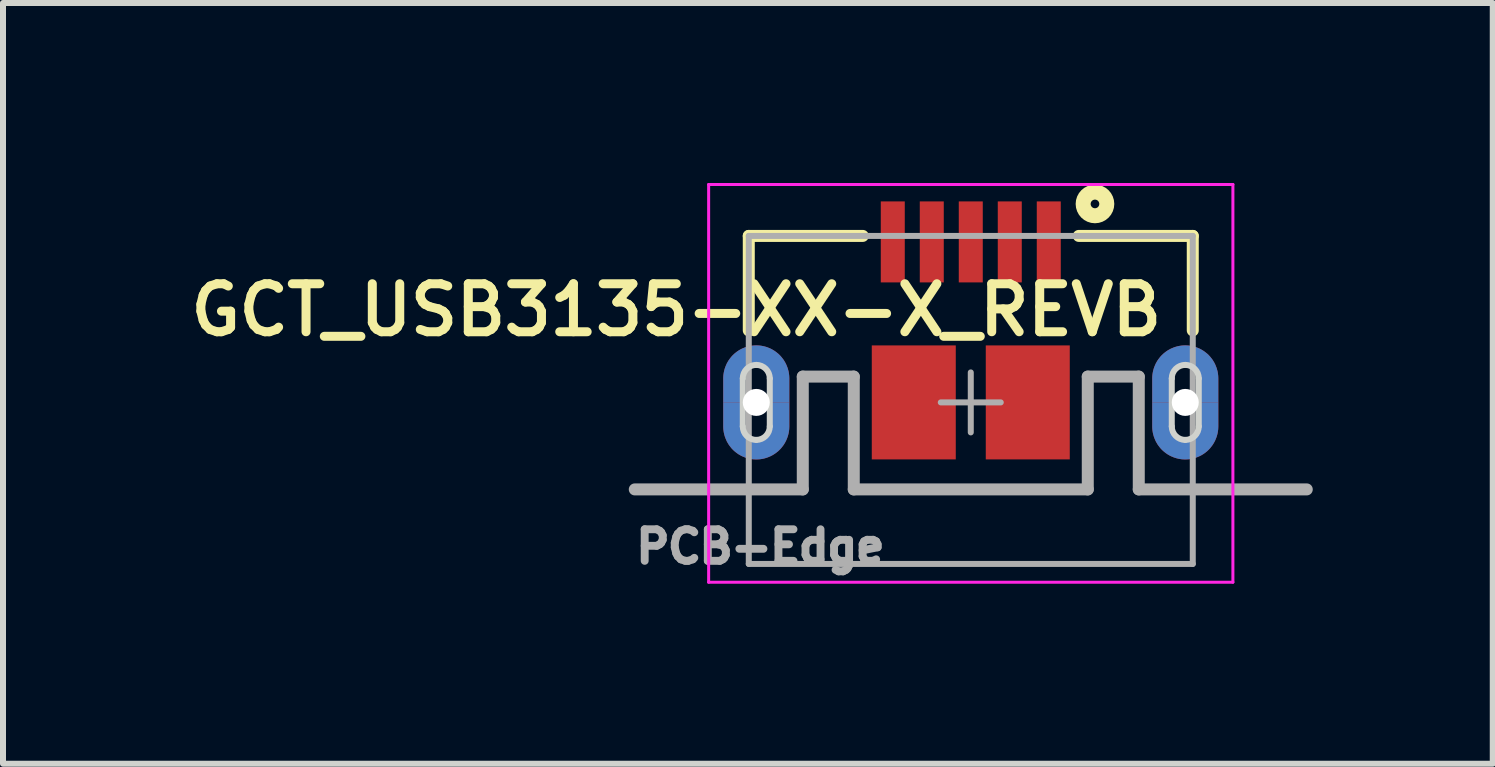
<source format=kicad_pcb>
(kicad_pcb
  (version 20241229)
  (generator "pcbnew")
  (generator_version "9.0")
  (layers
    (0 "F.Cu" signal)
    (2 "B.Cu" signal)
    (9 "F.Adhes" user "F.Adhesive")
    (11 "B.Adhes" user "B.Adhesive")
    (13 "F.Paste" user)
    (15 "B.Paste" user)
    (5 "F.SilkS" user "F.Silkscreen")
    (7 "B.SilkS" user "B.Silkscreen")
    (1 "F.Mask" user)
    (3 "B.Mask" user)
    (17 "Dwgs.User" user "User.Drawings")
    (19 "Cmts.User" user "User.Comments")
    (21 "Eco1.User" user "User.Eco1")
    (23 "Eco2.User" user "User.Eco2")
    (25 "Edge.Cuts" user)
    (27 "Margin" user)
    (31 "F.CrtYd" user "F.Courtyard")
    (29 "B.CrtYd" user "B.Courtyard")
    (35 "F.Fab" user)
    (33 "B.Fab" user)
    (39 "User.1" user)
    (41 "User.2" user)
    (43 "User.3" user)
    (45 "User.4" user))
  (footprint "GCT_USB3135-XX-X_REVB"
    (layer "F.Cu")
    (at 13.13 3.657)
    (property "Reference" "GCT_USB3135-XX-X_REVB" (at -4.908 -1.54 180) (layer "F.SilkS") (effects (font (size 0.8 0.8) (thickness 0.15))))
    (attr through_hole)
    (fp_poly (pts (xy -3.8 0) (xy -4.125 0) (xy -4.125 0.4) (xy -4.124 0.429) (xy -4.122 0.457) (xy -4.118 0.486) (xy -4.113 0.514) (xy -4.106 0.542) (xy -4.098 0.57) (xy -4.088 0.597) (xy -4.077 0.624) (xy -4.065 0.65) (xy -4.051 0.675) (xy -4.036 0.7) (xy -4.02 0.723) (xy -4.002 0.746) (xy -3.984 0.768) (xy -3.964 0.789) (xy -3.943 0.809) (xy -3.921 0.827) (xy -3.898 0.845) (xy -3.875 0.861) (xy -3.85 0.876) (xy -3.825 0.89) (xy -3.799 0.902) (xy -3.772 0.913) (xy -3.745 0.923) (xy -3.717 0.931) (xy -3.689 0.938) (xy -3.661 0.943) (xy -3.632 0.947) (xy -3.604 0.949) (xy -3.575 0.95) (xy -3.546 0.949) (xy -3.518 0.947) (xy -3.489 0.943) (xy -3.461 0.938) (xy -3.433 0.931) (xy -3.405 0.923) (xy -3.378 0.913) (xy -3.351 0.902) (xy -3.325 0.89) (xy -3.3 0.876) (xy -3.275 0.861) (xy -3.252 0.845) (xy -3.229 0.827) (xy -3.207 0.809) (xy -3.186 0.789) (xy -3.166 0.768) (xy -3.148 0.746) (xy -3.13 0.723) (xy -3.114 0.7) (xy -3.099 0.675) (xy -3.085 0.65) (xy -3.073 0.624) (xy -3.062 0.597) (xy -3.052 0.57) (xy -3.044 0.542) (xy -3.037 0.514) (xy -3.032 0.486) (xy -3.028 0.457) (xy -3.026 0.429) (xy -3.025 0.4) (xy -3.025 0) (xy -3.35 0) (xy -3.35 0.4) (xy -3.35 0.412) (xy -3.351 0.424) (xy -3.353 0.435) (xy -3.355 0.447) (xy -3.358 0.458) (xy -3.361 0.47) (xy -3.365 0.481) (xy -3.369 0.492) (xy -3.375 0.502) (xy -3.38 0.512) (xy -3.386 0.523) (xy -3.393 0.532) (xy -3.4 0.542) (xy -3.408 0.551) (xy -3.416 0.559) (xy -3.424 0.567) (xy -3.433 0.575) (xy -3.443 0.582) (xy -3.452 0.589) (xy -3.463 0.595) (xy -3.473 0.6) (xy -3.483 0.606) (xy -3.494 0.61) (xy -3.505 0.614) (xy -3.517 0.617) (xy -3.528 0.62) (xy -3.54 0.622) (xy -3.551 0.624) (xy -3.563 0.625) (xy -3.575 0.625) (xy -3.587 0.625) (xy -3.599 0.624) (xy -3.61 0.622) (xy -3.622 0.62) (xy -3.633 0.617) (xy -3.645 0.614) (xy -3.656 0.61) (xy -3.667 0.606) (xy -3.677 0.6) (xy -3.688 0.595) (xy -3.698 0.589) (xy -3.707 0.582) (xy -3.717 0.575) (xy -3.726 0.567) (xy -3.734 0.559) (xy -3.742 0.551) (xy -3.75 0.542) (xy -3.757 0.532) (xy -3.764 0.523) (xy -3.77 0.513) (xy -3.775 0.502) (xy -3.781 0.492) (xy -3.785 0.481) (xy -3.789 0.47) (xy -3.792 0.458) (xy -3.795 0.447) (xy -3.797 0.435) (xy -3.799 0.424) (xy -3.8 0.412) (xy -3.8 0.4) (xy -3.8 0)) (stroke (width 0.001) (type solid)) (fill yes) (layer "F.Cu"))
    (fp_poly (pts (xy 3.35 0) (xy 3.025 0) (xy 3.025 0.4) (xy 3.026 0.429) (xy 3.028 0.457) (xy 3.032 0.486) (xy 3.037 0.514) (xy 3.044 0.542) (xy 3.052 0.57) (xy 3.062 0.597) (xy 3.073 0.624) (xy 3.085 0.65) (xy 3.099 0.675) (xy 3.114 0.7) (xy 3.13 0.723) (xy 3.148 0.746) (xy 3.166 0.768) (xy 3.186 0.789) (xy 3.207 0.809) (xy 3.229 0.827) (xy 3.252 0.845) (xy 3.275 0.861) (xy 3.3 0.876) (xy 3.325 0.89) (xy 3.351 0.902) (xy 3.378 0.913) (xy 3.405 0.923) (xy 3.433 0.931) (xy 3.461 0.938) (xy 3.489 0.943) (xy 3.518 0.947) (xy 3.546 0.949) (xy 3.575 0.95) (xy 3.604 0.949) (xy 3.632 0.947) (xy 3.661 0.943) (xy 3.689 0.938) (xy 3.717 0.931) (xy 3.745 0.923) (xy 3.772 0.913) (xy 3.799 0.902) (xy 3.825 0.89) (xy 3.85 0.876) (xy 3.875 0.861) (xy 3.898 0.845) (xy 3.921 0.827) (xy 3.943 0.809) (xy 3.964 0.789) (xy 3.984 0.768) (xy 4.002 0.746) (xy 4.02 0.723) (xy 4.036 0.7) (xy 4.051 0.675) (xy 4.065 0.65) (xy 4.077 0.624) (xy 4.088 0.597) (xy 4.098 0.57) (xy 4.106 0.542) (xy 4.113 0.514) (xy 4.118 0.486) (xy 4.122 0.457) (xy 4.124 0.429) (xy 4.125 0.4) (xy 4.125 0) (xy 3.8 0) (xy 3.8 0.4) (xy 3.8 0.412) (xy 3.799 0.424) (xy 3.797 0.435) (xy 3.795 0.447) (xy 3.792 0.458) (xy 3.789 0.47) (xy 3.785 0.481) (xy 3.781 0.492) (xy 3.775 0.502) (xy 3.77 0.513) (xy 3.764 0.523) (xy 3.757 0.532) (xy 3.75 0.542) (xy 3.742 0.551) (xy 3.734 0.559) (xy 3.726 0.567) (xy 3.717 0.575) (xy 3.707 0.582) (xy 3.698 0.589) (xy 3.688 0.595) (xy 3.677 0.6) (xy 3.667 0.606) (xy 3.656 0.61) (xy 3.645 0.614) (xy 3.633 0.617) (xy 3.622 0.62) (xy 3.61 0.622) (xy 3.599 0.624) (xy 3.587 0.625) (xy 3.575 0.625) (xy 3.563 0.625) (xy 3.551 0.624) (xy 3.54 0.622) (xy 3.528 0.62) (xy 3.517 0.617) (xy 3.505 0.614) (xy 3.494 0.61) (xy 3.483 0.606) (xy 3.473 0.6) (xy 3.463 0.595) (xy 3.452 0.589) (xy 3.443 0.582) (xy 3.433 0.575) (xy 3.424 0.567) (xy 3.416 0.559) (xy 3.408 0.551) (xy 3.4 0.542) (xy 3.393 0.532) (xy 3.386 0.523) (xy 3.38 0.512) (xy 3.375 0.502) (xy 3.369 0.492) (xy 3.365 0.481) (xy 3.361 0.47) (xy 3.358 0.458) (xy 3.355 0.447) (xy 3.353 0.435) (xy 3.351 0.424) (xy 3.35 0.412) (xy 3.35 0.4) (xy 3.35 0)) (stroke (width 0.001) (type solid)) (fill yes) (layer "F.Cu"))
    (fp_poly (pts (xy -4.229 -1.05) (xy -2.925 -1.05) (xy -2.925 1.051) (xy -4.229 1.051)) (stroke (width 0.01) (type solid)) (fill yes) (layer "F.Mask"))
    (fp_poly (pts (xy 2.93 -1.05) (xy 4.225 -1.05) (xy 4.225 1.052) (xy 2.93 1.052)) (stroke (width 0.01) (type solid)) (fill yes) (layer "F.Mask"))
    (fp_poly (pts (xy -3.8 0) (xy -4.125 0) (xy -4.125 0.4) (xy -4.124 0.429) (xy -4.122 0.457) (xy -4.118 0.486) (xy -4.113 0.514) (xy -4.106 0.542) (xy -4.098 0.57) (xy -4.088 0.597) (xy -4.077 0.624) (xy -4.065 0.65) (xy -4.051 0.675) (xy -4.036 0.7) (xy -4.02 0.723) (xy -4.002 0.746) (xy -3.984 0.768) (xy -3.964 0.789) (xy -3.943 0.809) (xy -3.921 0.827) (xy -3.898 0.845) (xy -3.875 0.861) (xy -3.85 0.876) (xy -3.825 0.89) (xy -3.799 0.902) (xy -3.772 0.913) (xy -3.745 0.923) (xy -3.717 0.931) (xy -3.689 0.938) (xy -3.661 0.943) (xy -3.632 0.947) (xy -3.604 0.949) (xy -3.575 0.95) (xy -3.546 0.949) (xy -3.518 0.947) (xy -3.489 0.943) (xy -3.461 0.938) (xy -3.433 0.931) (xy -3.405 0.923) (xy -3.378 0.913) (xy -3.351 0.902) (xy -3.325 0.89) (xy -3.3 0.876) (xy -3.275 0.861) (xy -3.252 0.845) (xy -3.229 0.827) (xy -3.207 0.809) (xy -3.186 0.789) (xy -3.166 0.768) (xy -3.148 0.746) (xy -3.13 0.723) (xy -3.114 0.7) (xy -3.099 0.675) (xy -3.085 0.65) (xy -3.073 0.624) (xy -3.062 0.597) (xy -3.052 0.57) (xy -3.044 0.542) (xy -3.037 0.514) (xy -3.032 0.486) (xy -3.028 0.457) (xy -3.026 0.429) (xy -3.025 0.4) (xy -3.025 0) (xy -3.35 0) (xy -3.35 0.4) (xy -3.35 0.412) (xy -3.351 0.424) (xy -3.353 0.435) (xy -3.355 0.447) (xy -3.358 0.458) (xy -3.361 0.47) (xy -3.365 0.481) (xy -3.369 0.492) (xy -3.375 0.502) (xy -3.38 0.512) (xy -3.386 0.523) (xy -3.393 0.532) (xy -3.4 0.542) (xy -3.408 0.551) (xy -3.416 0.559) (xy -3.424 0.567) (xy -3.433 0.575) (xy -3.443 0.582) (xy -3.452 0.589) (xy -3.463 0.595) (xy -3.473 0.6) (xy -3.483 0.606) (xy -3.494 0.61) (xy -3.505 0.614) (xy -3.517 0.617) (xy -3.528 0.62) (xy -3.54 0.622) (xy -3.551 0.624) (xy -3.563 0.625) (xy -3.575 0.625) (xy -3.587 0.625) (xy -3.599 0.624) (xy -3.61 0.622) (xy -3.622 0.62) (xy -3.633 0.617) (xy -3.645 0.614) (xy -3.656 0.61) (xy -3.667 0.606) (xy -3.677 0.6) (xy -3.688 0.595) (xy -3.698 0.589) (xy -3.707 0.582) (xy -3.717 0.575) (xy -3.726 0.567) (xy -3.734 0.559) (xy -3.742 0.551) (xy -3.75 0.542) (xy -3.757 0.532) (xy -3.764 0.523) (xy -3.77 0.513) (xy -3.775 0.502) (xy -3.781 0.492) (xy -3.785 0.481) (xy -3.789 0.47) (xy -3.792 0.458) (xy -3.795 0.447) (xy -3.797 0.435) (xy -3.799 0.424) (xy -3.8 0.412) (xy -3.8 0.4) (xy -3.8 0)) (stroke (width 0.001) (type solid)) (fill yes) (layer "B.Cu"))
    (fp_poly (pts (xy -3.35 0) (xy -3.025 0) (xy -3.025 -0.4) (xy -3.026 -0.429) (xy -3.028 -0.457) (xy -3.032 -0.486) (xy -3.037 -0.514) (xy -3.044 -0.542) (xy -3.052 -0.57) (xy -3.062 -0.597) (xy -3.073 -0.624) (xy -3.085 -0.65) (xy -3.099 -0.675) (xy -3.114 -0.7) (xy -3.13 -0.723) (xy -3.148 -0.746) (xy -3.166 -0.768) (xy -3.186 -0.789) (xy -3.207 -0.809) (xy -3.229 -0.827) (xy -3.252 -0.845) (xy -3.275 -0.861) (xy -3.3 -0.876) (xy -3.325 -0.89) (xy -3.351 -0.902) (xy -3.378 -0.913) (xy -3.405 -0.923) (xy -3.433 -0.931) (xy -3.461 -0.938) (xy -3.489 -0.943) (xy -3.518 -0.947) (xy -3.546 -0.949) (xy -3.575 -0.95) (xy -3.604 -0.949) (xy -3.632 -0.947) (xy -3.661 -0.943) (xy -3.689 -0.938) (xy -3.717 -0.931) (xy -3.745 -0.923) (xy -3.772 -0.913) (xy -3.799 -0.902) (xy -3.825 -0.89) (xy -3.85 -0.876) (xy -3.875 -0.861) (xy -3.898 -0.845) (xy -3.921 -0.827) (xy -3.943 -0.809) (xy -3.964 -0.789) (xy -3.984 -0.768) (xy -4.002 -0.746) (xy -4.02 -0.723) (xy -4.036 -0.7) (xy -4.051 -0.675) (xy -4.065 -0.65) (xy -4.077 -0.624) (xy -4.088 -0.597) (xy -4.098 -0.57) (xy -4.106 -0.542) (xy -4.113 -0.514) (xy -4.118 -0.486) (xy -4.122 -0.457) (xy -4.124 -0.429) (xy -4.125 -0.4) (xy -4.125 0) (xy -3.8 0) (xy -3.8 -0.4) (xy -3.8 -0.412) (xy -3.799 -0.424) (xy -3.797 -0.435) (xy -3.795 -0.447) (xy -3.792 -0.458) (xy -3.789 -0.47) (xy -3.785 -0.481) (xy -3.781 -0.492) (xy -3.775 -0.502) (xy -3.77 -0.513) (xy -3.764 -0.523) (xy -3.757 -0.532) (xy -3.75 -0.542) (xy -3.742 -0.551) (xy -3.734 -0.559) (xy -3.726 -0.567) (xy -3.717 -0.575) (xy -3.707 -0.582) (xy -3.698 -0.589) (xy -3.688 -0.595) (xy -3.677 -0.6) (xy -3.667 -0.606) (xy -3.656 -0.61) (xy -3.645 -0.614) (xy -3.633 -0.617) (xy -3.622 -0.62) (xy -3.61 -0.622) (xy -3.599 -0.624) (xy -3.587 -0.625) (xy -3.575 -0.625) (xy -3.563 -0.625) (xy -3.551 -0.624) (xy -3.54 -0.622) (xy -3.528 -0.62) (xy -3.517 -0.617) (xy -3.505 -0.614) (xy -3.494 -0.61) (xy -3.483 -0.606) (xy -3.473 -0.6) (xy -3.463 -0.595) (xy -3.452 -0.589) (xy -3.443 -0.582) (xy -3.433 -0.575) (xy -3.424 -0.567) (xy -3.416 -0.559) (xy -3.408 -0.551) (xy -3.4 -0.542) (xy -3.393 -0.532) (xy -3.386 -0.523) (xy -3.38 -0.512) (xy -3.375 -0.502) (xy -3.369 -0.492) (xy -3.365 -0.481) (xy -3.361 -0.47) (xy -3.358 -0.458) (xy -3.355 -0.447) (xy -3.353 -0.435) (xy -3.351 -0.424) (xy -3.35 -0.412) (xy -3.35 -0.4) (xy -3.35 0)) (stroke (width 0.001) (type solid)) (fill yes) (layer "B.Cu"))
    (fp_poly (pts (xy 3.35 0) (xy 3.025 0) (xy 3.025 0.4) (xy 3.026 0.429) (xy 3.028 0.457) (xy 3.032 0.486) (xy 3.037 0.514) (xy 3.044 0.542) (xy 3.052 0.57) (xy 3.062 0.597) (xy 3.073 0.624) (xy 3.085 0.65) (xy 3.099 0.675) (xy 3.114 0.7) (xy 3.13 0.723) (xy 3.148 0.746) (xy 3.166 0.768) (xy 3.186 0.789) (xy 3.207 0.809) (xy 3.229 0.827) (xy 3.252 0.845) (xy 3.275 0.861) (xy 3.3 0.876) (xy 3.325 0.89) (xy 3.351 0.902) (xy 3.378 0.913) (xy 3.405 0.923) (xy 3.433 0.931) (xy 3.461 0.938) (xy 3.489 0.943) (xy 3.518 0.947) (xy 3.546 0.949) (xy 3.575 0.95) (xy 3.604 0.949) (xy 3.632 0.947) (xy 3.661 0.943) (xy 3.689 0.938) (xy 3.717 0.931) (xy 3.745 0.923) (xy 3.772 0.913) (xy 3.799 0.902) (xy 3.825 0.89) (xy 3.85 0.876) (xy 3.875 0.861) (xy 3.898 0.845) (xy 3.921 0.827) (xy 3.943 0.809) (xy 3.964 0.789) (xy 3.984 0.768) (xy 4.002 0.746) (xy 4.02 0.723) (xy 4.036 0.7) (xy 4.051 0.675) (xy 4.065 0.65) (xy 4.077 0.624) (xy 4.088 0.597) (xy 4.098 0.57) (xy 4.106 0.542) (xy 4.113 0.514) (xy 4.118 0.486) (xy 4.122 0.457) (xy 4.124 0.429) (xy 4.125 0.4) (xy 4.125 0) (xy 3.8 0) (xy 3.8 0.4) (xy 3.8 0.412) (xy 3.799 0.424) (xy 3.797 0.435) (xy 3.795 0.447) (xy 3.792 0.458) (xy 3.789 0.47) (xy 3.785 0.481) (xy 3.781 0.492) (xy 3.775 0.502) (xy 3.77 0.513) (xy 3.764 0.523) (xy 3.757 0.532) (xy 3.75 0.542) (xy 3.742 0.551) (xy 3.734 0.559) (xy 3.726 0.567) (xy 3.717 0.575) (xy 3.707 0.582) (xy 3.698 0.589) (xy 3.688 0.595) (xy 3.677 0.6) (xy 3.667 0.606) (xy 3.656 0.61) (xy 3.645 0.614) (xy 3.633 0.617) (xy 3.622 0.62) (xy 3.61 0.622) (xy 3.599 0.624) (xy 3.587 0.625) (xy 3.575 0.625) (xy 3.563 0.625) (xy 3.551 0.624) (xy 3.54 0.622) (xy 3.528 0.62) (xy 3.517 0.617) (xy 3.505 0.614) (xy 3.494 0.61) (xy 3.483 0.606) (xy 3.473 0.6) (xy 3.463 0.595) (xy 3.452 0.589) (xy 3.443 0.582) (xy 3.433 0.575) (xy 3.424 0.567) (xy 3.416 0.559) (xy 3.408 0.551) (xy 3.4 0.542) (xy 3.393 0.532) (xy 3.386 0.523) (xy 3.38 0.512) (xy 3.375 0.502) (xy 3.369 0.492) (xy 3.365 0.481) (xy 3.361 0.47) (xy 3.358 0.458) (xy 3.355 0.447) (xy 3.353 0.435) (xy 3.351 0.424) (xy 3.35 0.412) (xy 3.35 0.4) (xy 3.35 0)) (stroke (width 0.001) (type solid)) (fill yes) (layer "B.Cu"))
    (fp_poly (pts (xy 3.8 0) (xy 4.125 0) (xy 4.125 -0.4) (xy 4.124 -0.429) (xy 4.122 -0.457) (xy 4.118 -0.486) (xy 4.113 -0.514) (xy 4.106 -0.542) (xy 4.098 -0.57) (xy 4.088 -0.597) (xy 4.077 -0.624) (xy 4.065 -0.65) (xy 4.051 -0.675) (xy 4.036 -0.7) (xy 4.02 -0.723) (xy 4.002 -0.746) (xy 3.984 -0.768) (xy 3.964 -0.789) (xy 3.943 -0.809) (xy 3.921 -0.827) (xy 3.898 -0.845) (xy 3.875 -0.861) (xy 3.85 -0.876) (xy 3.825 -0.89) (xy 3.799 -0.902) (xy 3.772 -0.913) (xy 3.745 -0.923) (xy 3.717 -0.931) (xy 3.689 -0.938) (xy 3.661 -0.943) (xy 3.632 -0.947) (xy 3.604 -0.949) (xy 3.575 -0.95) (xy 3.546 -0.949) (xy 3.518 -0.947) (xy 3.489 -0.943) (xy 3.461 -0.938) (xy 3.433 -0.931) (xy 3.405 -0.923) (xy 3.378 -0.913) (xy 3.351 -0.902) (xy 3.325 -0.89) (xy 3.3 -0.876) (xy 3.275 -0.861) (xy 3.252 -0.845) (xy 3.229 -0.827) (xy 3.207 -0.809) (xy 3.186 -0.789) (xy 3.166 -0.768) (xy 3.148 -0.746) (xy 3.13 -0.723) (xy 3.114 -0.7) (xy 3.099 -0.675) (xy 3.085 -0.65) (xy 3.073 -0.624) (xy 3.062 -0.597) (xy 3.052 -0.57) (xy 3.044 -0.542) (xy 3.037 -0.514) (xy 3.032 -0.486) (xy 3.028 -0.457) (xy 3.026 -0.429) (xy 3.025 -0.4) (xy 3.025 0) (xy 3.35 0) (xy 3.35 -0.4) (xy 3.35 -0.412) (xy 3.351 -0.424) (xy 3.353 -0.435) (xy 3.355 -0.447) (xy 3.358 -0.458) (xy 3.361 -0.47) (xy 3.365 -0.481) (xy 3.369 -0.492) (xy 3.375 -0.502) (xy 3.38 -0.512) (xy 3.386 -0.523) (xy 3.393 -0.532) (xy 3.4 -0.542) (xy 3.408 -0.551) (xy 3.416 -0.559) (xy 3.424 -0.567) (xy 3.433 -0.575) (xy 3.443 -0.582) (xy 3.452 -0.589) (xy 3.463 -0.595) (xy 3.473 -0.6) (xy 3.483 -0.606) (xy 3.494 -0.61) (xy 3.505 -0.614) (xy 3.517 -0.617) (xy 3.528 -0.62) (xy 3.54 -0.622) (xy 3.551 -0.624) (xy 3.563 -0.625) (xy 3.575 -0.625) (xy 3.587 -0.625) (xy 3.599 -0.624) (xy 3.61 -0.622) (xy 3.622 -0.62) (xy 3.633 -0.617) (xy 3.645 -0.614) (xy 3.656 -0.61) (xy 3.667 -0.606) (xy 3.677 -0.6) (xy 3.688 -0.595) (xy 3.698 -0.589) (xy 3.707 -0.582) (xy 3.717 -0.575) (xy 3.726 -0.567) (xy 3.734 -0.559) (xy 3.742 -0.551) (xy 3.75 -0.542) (xy 3.757 -0.532) (xy 3.764 -0.523) (xy 3.77 -0.513) (xy 3.775 -0.502) (xy 3.781 -0.492) (xy 3.785 -0.481) (xy 3.789 -0.47) (xy 3.792 -0.458) (xy 3.795 -0.447) (xy 3.797 -0.435) (xy 3.799 -0.424) (xy 3.8 -0.412) (xy 3.8 -0.4) (xy 3.8 0)) (stroke (width 0.001) (type solid)) (fill yes) (layer "B.Cu"))
    (fp_poly (pts (xy -4.231 -1.05) (xy -2.925 -1.05) (xy -2.925 1.052) (xy -4.231 1.052)) (stroke (width 0.01) (type solid)) (fill yes) (layer "B.Mask"))
    (fp_poly (pts (xy 2.926 -1.05) (xy 4.225 -1.05) (xy 4.225 1.05) (xy 2.926 1.05)) (stroke (width 0.01) (type solid)) (fill yes) (layer "B.Mask"))
    (fp_line (start -3.7 -2.775) (end -1.8 -2.775) (stroke (width 0.2) (type solid)) (layer "F.SilkS"))
    (fp_line (start -3.7 -1.2) (end -3.7 -2.775) (stroke (width 0.2) (type solid)) (layer "F.SilkS"))
    (fp_line (start 1.8 -2.775) (end 3.7 -2.775) (stroke (width 0.2) (type solid)) (layer "F.SilkS"))
    (fp_line (start 3.7 -1.2) (end 3.7 -2.775) (stroke (width 0.2) (type solid)) (layer "F.SilkS"))
    (fp_circle (center 2.07 -3.308) (end 2.142 -3.308) (stroke (width 0.25) (type solid)) (fill no) (layer "F.SilkS"))
    (fp_poly (pts (xy -3.8 0) (xy -4.125 0) (xy -4.125 0.4) (xy -4.124 0.429) (xy -4.122 0.457) (xy -4.118 0.486) (xy -4.113 0.514) (xy -4.106 0.542) (xy -4.098 0.57) (xy -4.088 0.597) (xy -4.077 0.624) (xy -4.065 0.65) (xy -4.051 0.675) (xy -4.036 0.7) (xy -4.02 0.723) (xy -4.002 0.746) (xy -3.984 0.768) (xy -3.964 0.789) (xy -3.943 0.809) (xy -3.921 0.827) (xy -3.898 0.845) (xy -3.875 0.861) (xy -3.85 0.876) (xy -3.825 0.89) (xy -3.799 0.902) (xy -3.772 0.913) (xy -3.745 0.923) (xy -3.717 0.931) (xy -3.689 0.938) (xy -3.661 0.943) (xy -3.632 0.947) (xy -3.604 0.949) (xy -3.575 0.95) (xy -3.546 0.949) (xy -3.518 0.947) (xy -3.489 0.943) (xy -3.461 0.938) (xy -3.433 0.931) (xy -3.405 0.923) (xy -3.378 0.913) (xy -3.351 0.902) (xy -3.325 0.89) (xy -3.3 0.876) (xy -3.275 0.861) (xy -3.252 0.845) (xy -3.229 0.827) (xy -3.207 0.809) (xy -3.186 0.789) (xy -3.166 0.768) (xy -3.148 0.746) (xy -3.13 0.723) (xy -3.114 0.7) (xy -3.099 0.675) (xy -3.085 0.65) (xy -3.073 0.624) (xy -3.062 0.597) (xy -3.052 0.57) (xy -3.044 0.542) (xy -3.037 0.514) (xy -3.032 0.486) (xy -3.028 0.457) (xy -3.026 0.429) (xy -3.025 0.4) (xy -3.025 0) (xy -3.35 0) (xy -3.35 0.4) (xy -3.35 0.412) (xy -3.351 0.424) (xy -3.353 0.435) (xy -3.355 0.447) (xy -3.358 0.458) (xy -3.361 0.47) (xy -3.365 0.481) (xy -3.369 0.492) (xy -3.375 0.502) (xy -3.38 0.512) (xy -3.386 0.523) (xy -3.393 0.532) (xy -3.4 0.542) (xy -3.408 0.551) (xy -3.416 0.559) (xy -3.424 0.567) (xy -3.433 0.575) (xy -3.443 0.582) (xy -3.452 0.589) (xy -3.463 0.595) (xy -3.473 0.6) (xy -3.483 0.606) (xy -3.494 0.61) (xy -3.505 0.614) (xy -3.517 0.617) (xy -3.528 0.62) (xy -3.54 0.622) (xy -3.551 0.624) (xy -3.563 0.625) (xy -3.575 0.625) (xy -3.587 0.625) (xy -3.599 0.624) (xy -3.61 0.622) (xy -3.622 0.62) (xy -3.633 0.617) (xy -3.645 0.614) (xy -3.656 0.61) (xy -3.667 0.606) (xy -3.677 0.6) (xy -3.688 0.595) (xy -3.698 0.589) (xy -3.707 0.582) (xy -3.717 0.575) (xy -3.726 0.567) (xy -3.734 0.559) (xy -3.742 0.551) (xy -3.75 0.542) (xy -3.757 0.532) (xy -3.764 0.523) (xy -3.77 0.513) (xy -3.775 0.502) (xy -3.781 0.492) (xy -3.785 0.481) (xy -3.789 0.47) (xy -3.792 0.458) (xy -3.795 0.447) (xy -3.797 0.435) (xy -3.799 0.424) (xy -3.8 0.412) (xy -3.8 0.4) (xy -3.8 0)) (stroke (width 0.001) (type solid)) (fill yes) (layer "F.Paste"))
    (fp_poly (pts (xy -3.35 0) (xy -3.025 0) (xy -3.025 -0.4) (xy -3.026 -0.429) (xy -3.028 -0.457) (xy -3.032 -0.486) (xy -3.037 -0.514) (xy -3.044 -0.542) (xy -3.052 -0.57) (xy -3.062 -0.597) (xy -3.073 -0.624) (xy -3.085 -0.65) (xy -3.099 -0.675) (xy -3.114 -0.7) (xy -3.13 -0.723) (xy -3.148 -0.746) (xy -3.166 -0.768) (xy -3.186 -0.789) (xy -3.207 -0.809) (xy -3.229 -0.827) (xy -3.252 -0.845) (xy -3.275 -0.861) (xy -3.3 -0.876) (xy -3.325 -0.89) (xy -3.351 -0.902) (xy -3.378 -0.913) (xy -3.405 -0.923) (xy -3.433 -0.931) (xy -3.461 -0.938) (xy -3.489 -0.943) (xy -3.518 -0.947) (xy -3.546 -0.949) (xy -3.575 -0.95) (xy -3.604 -0.949) (xy -3.632 -0.947) (xy -3.661 -0.943) (xy -3.689 -0.938) (xy -3.717 -0.931) (xy -3.745 -0.923) (xy -3.772 -0.913) (xy -3.799 -0.902) (xy -3.825 -0.89) (xy -3.85 -0.876) (xy -3.875 -0.861) (xy -3.898 -0.845) (xy -3.921 -0.827) (xy -3.943 -0.809) (xy -3.964 -0.789) (xy -3.984 -0.768) (xy -4.002 -0.746) (xy -4.02 -0.723) (xy -4.036 -0.7) (xy -4.051 -0.675) (xy -4.065 -0.65) (xy -4.077 -0.624) (xy -4.088 -0.597) (xy -4.098 -0.57) (xy -4.106 -0.542) (xy -4.113 -0.514) (xy -4.118 -0.486) (xy -4.122 -0.457) (xy -4.124 -0.429) (xy -4.125 -0.4) (xy -4.125 0) (xy -3.8 0) (xy -3.8 -0.4) (xy -3.8 -0.412) (xy -3.799 -0.424) (xy -3.797 -0.435) (xy -3.795 -0.447) (xy -3.792 -0.458) (xy -3.789 -0.47) (xy -3.785 -0.481) (xy -3.781 -0.492) (xy -3.775 -0.502) (xy -3.77 -0.513) (xy -3.764 -0.523) (xy -3.757 -0.532) (xy -3.75 -0.542) (xy -3.742 -0.551) (xy -3.734 -0.559) (xy -3.726 -0.567) (xy -3.717 -0.575) (xy -3.707 -0.582) (xy -3.698 -0.589) (xy -3.688 -0.595) (xy -3.677 -0.6) (xy -3.667 -0.606) (xy -3.656 -0.61) (xy -3.645 -0.614) (xy -3.633 -0.617) (xy -3.622 -0.62) (xy -3.61 -0.622) (xy -3.599 -0.624) (xy -3.587 -0.625) (xy -3.575 -0.625) (xy -3.563 -0.625) (xy -3.551 -0.624) (xy -3.54 -0.622) (xy -3.528 -0.62) (xy -3.517 -0.617) (xy -3.505 -0.614) (xy -3.494 -0.61) (xy -3.483 -0.606) (xy -3.473 -0.6) (xy -3.463 -0.595) (xy -3.452 -0.589) (xy -3.443 -0.582) (xy -3.433 -0.575) (xy -3.424 -0.567) (xy -3.416 -0.559) (xy -3.408 -0.551) (xy -3.4 -0.542) (xy -3.393 -0.532) (xy -3.386 -0.523) (xy -3.38 -0.512) (xy -3.375 -0.502) (xy -3.369 -0.492) (xy -3.365 -0.481) (xy -3.361 -0.47) (xy -3.358 -0.458) (xy -3.355 -0.447) (xy -3.353 -0.435) (xy -3.351 -0.424) (xy -3.35 -0.412) (xy -3.35 -0.4) (xy -3.35 0)) (stroke (width 0.001) (type solid)) (fill yes) (layer "F.Paste"))
    (fp_poly (pts (xy 3.35 0) (xy 3.025 0) (xy 3.025 0.4) (xy 3.026 0.429) (xy 3.028 0.457) (xy 3.032 0.486) (xy 3.037 0.514) (xy 3.044 0.542) (xy 3.052 0.57) (xy 3.062 0.597) (xy 3.073 0.624) (xy 3.085 0.65) (xy 3.099 0.675) (xy 3.114 0.7) (xy 3.13 0.723) (xy 3.148 0.746) (xy 3.166 0.768) (xy 3.186 0.789) (xy 3.207 0.809) (xy 3.229 0.827) (xy 3.252 0.845) (xy 3.275 0.861) (xy 3.3 0.876) (xy 3.325 0.89) (xy 3.351 0.902) (xy 3.378 0.913) (xy 3.405 0.923) (xy 3.433 0.931) (xy 3.461 0.938) (xy 3.489 0.943) (xy 3.518 0.947) (xy 3.546 0.949) (xy 3.575 0.95) (xy 3.604 0.949) (xy 3.632 0.947) (xy 3.661 0.943) (xy 3.689 0.938) (xy 3.717 0.931) (xy 3.745 0.923) (xy 3.772 0.913) (xy 3.799 0.902) (xy 3.825 0.89) (xy 3.85 0.876) (xy 3.875 0.861) (xy 3.898 0.845) (xy 3.921 0.827) (xy 3.943 0.809) (xy 3.964 0.789) (xy 3.984 0.768) (xy 4.002 0.746) (xy 4.02 0.723) (xy 4.036 0.7) (xy 4.051 0.675) (xy 4.065 0.65) (xy 4.077 0.624) (xy 4.088 0.597) (xy 4.098 0.57) (xy 4.106 0.542) (xy 4.113 0.514) (xy 4.118 0.486) (xy 4.122 0.457) (xy 4.124 0.429) (xy 4.125 0.4) (xy 4.125 0) (xy 3.8 0) (xy 3.8 0.4) (xy 3.8 0.412) (xy 3.799 0.424) (xy 3.797 0.435) (xy 3.795 0.447) (xy 3.792 0.458) (xy 3.789 0.47) (xy 3.785 0.481) (xy 3.781 0.492) (xy 3.775 0.502) (xy 3.77 0.513) (xy 3.764 0.523) (xy 3.757 0.532) (xy 3.75 0.542) (xy 3.742 0.551) (xy 3.734 0.559) (xy 3.726 0.567) (xy 3.717 0.575) (xy 3.707 0.582) (xy 3.698 0.589) (xy 3.688 0.595) (xy 3.677 0.6) (xy 3.667 0.606) (xy 3.656 0.61) (xy 3.645 0.614) (xy 3.633 0.617) (xy 3.622 0.62) (xy 3.61 0.622) (xy 3.599 0.624) (xy 3.587 0.625) (xy 3.575 0.625) (xy 3.563 0.625) (xy 3.551 0.624) (xy 3.54 0.622) (xy 3.528 0.62) (xy 3.517 0.617) (xy 3.505 0.614) (xy 3.494 0.61) (xy 3.483 0.606) (xy 3.473 0.6) (xy 3.463 0.595) (xy 3.452 0.589) (xy 3.443 0.582) (xy 3.433 0.575) (xy 3.424 0.567) (xy 3.416 0.559) (xy 3.408 0.551) (xy 3.4 0.542) (xy 3.393 0.532) (xy 3.386 0.523) (xy 3.38 0.512) (xy 3.375 0.502) (xy 3.369 0.492) (xy 3.365 0.481) (xy 3.361 0.47) (xy 3.358 0.458) (xy 3.355 0.447) (xy 3.353 0.435) (xy 3.351 0.424) (xy 3.35 0.412) (xy 3.35 0.4) (xy 3.35 0)) (stroke (width 0.001) (type solid)) (fill yes) (layer "F.Paste"))
    (fp_poly (pts (xy 3.8 0) (xy 4.125 0) (xy 4.125 -0.4) (xy 4.124 -0.429) (xy 4.122 -0.457) (xy 4.118 -0.486) (xy 4.113 -0.514) (xy 4.106 -0.542) (xy 4.098 -0.57) (xy 4.088 -0.597) (xy 4.077 -0.624) (xy 4.065 -0.65) (xy 4.051 -0.675) (xy 4.036 -0.7) (xy 4.02 -0.723) (xy 4.002 -0.746) (xy 3.984 -0.768) (xy 3.964 -0.789) (xy 3.943 -0.809) (xy 3.921 -0.827) (xy 3.898 -0.845) (xy 3.875 -0.861) (xy 3.85 -0.876) (xy 3.825 -0.89) (xy 3.799 -0.902) (xy 3.772 -0.913) (xy 3.745 -0.923) (xy 3.717 -0.931) (xy 3.689 -0.938) (xy 3.661 -0.943) (xy 3.632 -0.947) (xy 3.604 -0.949) (xy 3.575 -0.95) (xy 3.546 -0.949) (xy 3.518 -0.947) (xy 3.489 -0.943) (xy 3.461 -0.938) (xy 3.433 -0.931) (xy 3.405 -0.923) (xy 3.378 -0.913) (xy 3.351 -0.902) (xy 3.325 -0.89) (xy 3.3 -0.876) (xy 3.275 -0.861) (xy 3.252 -0.845) (xy 3.229 -0.827) (xy 3.207 -0.809) (xy 3.186 -0.789) (xy 3.166 -0.768) (xy 3.148 -0.746) (xy 3.13 -0.723) (xy 3.114 -0.7) (xy 3.099 -0.675) (xy 3.085 -0.65) (xy 3.073 -0.624) (xy 3.062 -0.597) (xy 3.052 -0.57) (xy 3.044 -0.542) (xy 3.037 -0.514) (xy 3.032 -0.486) (xy 3.028 -0.457) (xy 3.026 -0.429) (xy 3.025 -0.4) (xy 3.025 0) (xy 3.35 0) (xy 3.35 -0.4) (xy 3.35 -0.412) (xy 3.351 -0.424) (xy 3.353 -0.435) (xy 3.355 -0.447) (xy 3.358 -0.458) (xy 3.361 -0.47) (xy 3.365 -0.481) (xy 3.369 -0.492) (xy 3.375 -0.502) (xy 3.38 -0.512) (xy 3.386 -0.523) (xy 3.393 -0.532) (xy 3.4 -0.542) (xy 3.408 -0.551) (xy 3.416 -0.559) (xy 3.424 -0.567) (xy 3.433 -0.575) (xy 3.443 -0.582) (xy 3.452 -0.589) (xy 3.463 -0.595) (xy 3.473 -0.6) (xy 3.483 -0.606) (xy 3.494 -0.61) (xy 3.505 -0.614) (xy 3.517 -0.617) (xy 3.528 -0.62) (xy 3.54 -0.622) (xy 3.551 -0.624) (xy 3.563 -0.625) (xy 3.575 -0.625) (xy 3.587 -0.625) (xy 3.599 -0.624) (xy 3.61 -0.622) (xy 3.622 -0.62) (xy 3.633 -0.617) (xy 3.645 -0.614) (xy 3.656 -0.61) (xy 3.667 -0.606) (xy 3.677 -0.6) (xy 3.688 -0.595) (xy 3.698 -0.589) (xy 3.707 -0.582) (xy 3.717 -0.575) (xy 3.726 -0.567) (xy 3.734 -0.559) (xy 3.742 -0.551) (xy 3.75 -0.542) (xy 3.757 -0.532) (xy 3.764 -0.523) (xy 3.77 -0.513) (xy 3.775 -0.502) (xy 3.781 -0.492) (xy 3.785 -0.481) (xy 3.789 -0.47) (xy 3.792 -0.458) (xy 3.795 -0.447) (xy 3.797 -0.435) (xy 3.799 -0.424) (xy 3.8 -0.412) (xy 3.8 -0.4) (xy 3.8 0)) (stroke (width 0.001) (type solid)) (fill yes) (layer "F.Paste"))
    (fp_poly (pts (xy -3.8 0) (xy -4.125 0) (xy -4.125 0.4) (xy -4.124 0.429) (xy -4.122 0.457) (xy -4.118 0.486) (xy -4.113 0.514) (xy -4.106 0.542) (xy -4.098 0.57) (xy -4.088 0.597) (xy -4.077 0.624) (xy -4.065 0.65) (xy -4.051 0.675) (xy -4.036 0.7) (xy -4.02 0.723) (xy -4.002 0.746) (xy -3.984 0.768) (xy -3.964 0.789) (xy -3.943 0.809) (xy -3.921 0.827) (xy -3.898 0.845) (xy -3.875 0.861) (xy -3.85 0.876) (xy -3.825 0.89) (xy -3.799 0.902) (xy -3.772 0.913) (xy -3.745 0.923) (xy -3.717 0.931) (xy -3.689 0.938) (xy -3.661 0.943) (xy -3.632 0.947) (xy -3.604 0.949) (xy -3.575 0.95) (xy -3.546 0.949) (xy -3.518 0.947) (xy -3.489 0.943) (xy -3.461 0.938) (xy -3.433 0.931) (xy -3.405 0.923) (xy -3.378 0.913) (xy -3.351 0.902) (xy -3.325 0.89) (xy -3.3 0.876) (xy -3.275 0.861) (xy -3.252 0.845) (xy -3.229 0.827) (xy -3.207 0.809) (xy -3.186 0.789) (xy -3.166 0.768) (xy -3.148 0.746) (xy -3.13 0.723) (xy -3.114 0.7) (xy -3.099 0.675) (xy -3.085 0.65) (xy -3.073 0.624) (xy -3.062 0.597) (xy -3.052 0.57) (xy -3.044 0.542) (xy -3.037 0.514) (xy -3.032 0.486) (xy -3.028 0.457) (xy -3.026 0.429) (xy -3.025 0.4) (xy -3.025 0) (xy -3.35 0) (xy -3.35 0.4) (xy -3.35 0.412) (xy -3.351 0.424) (xy -3.353 0.435) (xy -3.355 0.447) (xy -3.358 0.458) (xy -3.361 0.47) (xy -3.365 0.481) (xy -3.369 0.492) (xy -3.375 0.502) (xy -3.38 0.512) (xy -3.386 0.523) (xy -3.393 0.532) (xy -3.4 0.542) (xy -3.408 0.551) (xy -3.416 0.559) (xy -3.424 0.567) (xy -3.433 0.575) (xy -3.443 0.582) (xy -3.452 0.589) (xy -3.463 0.595) (xy -3.473 0.6) (xy -3.483 0.606) (xy -3.494 0.61) (xy -3.505 0.614) (xy -3.517 0.617) (xy -3.528 0.62) (xy -3.54 0.622) (xy -3.551 0.624) (xy -3.563 0.625) (xy -3.575 0.625) (xy -3.587 0.625) (xy -3.599 0.624) (xy -3.61 0.622) (xy -3.622 0.62) (xy -3.633 0.617) (xy -3.645 0.614) (xy -3.656 0.61) (xy -3.667 0.606) (xy -3.677 0.6) (xy -3.688 0.595) (xy -3.698 0.589) (xy -3.707 0.582) (xy -3.717 0.575) (xy -3.726 0.567) (xy -3.734 0.559) (xy -3.742 0.551) (xy -3.75 0.542) (xy -3.757 0.532) (xy -3.764 0.523) (xy -3.77 0.513) (xy -3.775 0.502) (xy -3.781 0.492) (xy -3.785 0.481) (xy -3.789 0.47) (xy -3.792 0.458) (xy -3.795 0.447) (xy -3.797 0.435) (xy -3.799 0.424) (xy -3.8 0.412) (xy -3.8 0.4) (xy -3.8 0)) (stroke (width 0.001) (type solid)) (fill yes) (layer "B.Paste"))
    (fp_poly (pts (xy -3.35 0) (xy -3.025 0) (xy -3.025 -0.4) (xy -3.026 -0.429) (xy -3.028 -0.457) (xy -3.032 -0.486) (xy -3.037 -0.514) (xy -3.044 -0.542) (xy -3.052 -0.57) (xy -3.062 -0.597) (xy -3.073 -0.624) (xy -3.085 -0.65) (xy -3.099 -0.675) (xy -3.114 -0.7) (xy -3.13 -0.723) (xy -3.148 -0.746) (xy -3.166 -0.768) (xy -3.186 -0.789) (xy -3.207 -0.809) (xy -3.229 -0.827) (xy -3.252 -0.845) (xy -3.275 -0.861) (xy -3.3 -0.876) (xy -3.325 -0.89) (xy -3.351 -0.902) (xy -3.378 -0.913) (xy -3.405 -0.923) (xy -3.433 -0.931) (xy -3.461 -0.938) (xy -3.489 -0.943) (xy -3.518 -0.947) (xy -3.546 -0.949) (xy -3.575 -0.95) (xy -3.604 -0.949) (xy -3.632 -0.947) (xy -3.661 -0.943) (xy -3.689 -0.938) (xy -3.717 -0.931) (xy -3.745 -0.923) (xy -3.772 -0.913) (xy -3.799 -0.902) (xy -3.825 -0.89) (xy -3.85 -0.876) (xy -3.875 -0.861) (xy -3.898 -0.845) (xy -3.921 -0.827) (xy -3.943 -0.809) (xy -3.964 -0.789) (xy -3.984 -0.768) (xy -4.002 -0.746) (xy -4.02 -0.723) (xy -4.036 -0.7) (xy -4.051 -0.675) (xy -4.065 -0.65) (xy -4.077 -0.624) (xy -4.088 -0.597) (xy -4.098 -0.57) (xy -4.106 -0.542) (xy -4.113 -0.514) (xy -4.118 -0.486) (xy -4.122 -0.457) (xy -4.124 -0.429) (xy -4.125 -0.4) (xy -4.125 0) (xy -3.8 0) (xy -3.8 -0.4) (xy -3.8 -0.412) (xy -3.799 -0.424) (xy -3.797 -0.435) (xy -3.795 -0.447) (xy -3.792 -0.458) (xy -3.789 -0.47) (xy -3.785 -0.481) (xy -3.781 -0.492) (xy -3.775 -0.502) (xy -3.77 -0.513) (xy -3.764 -0.523) (xy -3.757 -0.532) (xy -3.75 -0.542) (xy -3.742 -0.551) (xy -3.734 -0.559) (xy -3.726 -0.567) (xy -3.717 -0.575) (xy -3.707 -0.582) (xy -3.698 -0.589) (xy -3.688 -0.595) (xy -3.677 -0.6) (xy -3.667 -0.606) (xy -3.656 -0.61) (xy -3.645 -0.614) (xy -3.633 -0.617) (xy -3.622 -0.62) (xy -3.61 -0.622) (xy -3.599 -0.624) (xy -3.587 -0.625) (xy -3.575 -0.625) (xy -3.563 -0.625) (xy -3.551 -0.624) (xy -3.54 -0.622) (xy -3.528 -0.62) (xy -3.517 -0.617) (xy -3.505 -0.614) (xy -3.494 -0.61) (xy -3.483 -0.606) (xy -3.473 -0.6) (xy -3.463 -0.595) (xy -3.452 -0.589) (xy -3.443 -0.582) (xy -3.433 -0.575) (xy -3.424 -0.567) (xy -3.416 -0.559) (xy -3.408 -0.551) (xy -3.4 -0.542) (xy -3.393 -0.532) (xy -3.386 -0.523) (xy -3.38 -0.512) (xy -3.375 -0.502) (xy -3.369 -0.492) (xy -3.365 -0.481) (xy -3.361 -0.47) (xy -3.358 -0.458) (xy -3.355 -0.447) (xy -3.353 -0.435) (xy -3.351 -0.424) (xy -3.35 -0.412) (xy -3.35 -0.4) (xy -3.35 0)) (stroke (width 0.001) (type solid)) (fill yes) (layer "B.Paste"))
    (fp_poly (pts (xy 3.35 0) (xy 3.025 0) (xy 3.025 0.4) (xy 3.026 0.429) (xy 3.028 0.457) (xy 3.032 0.486) (xy 3.037 0.514) (xy 3.044 0.542) (xy 3.052 0.57) (xy 3.062 0.597) (xy 3.073 0.624) (xy 3.085 0.65) (xy 3.099 0.675) (xy 3.114 0.7) (xy 3.13 0.723) (xy 3.148 0.746) (xy 3.166 0.768) (xy 3.186 0.789) (xy 3.207 0.809) (xy 3.229 0.827) (xy 3.252 0.845) (xy 3.275 0.861) (xy 3.3 0.876) (xy 3.325 0.89) (xy 3.351 0.902) (xy 3.378 0.913) (xy 3.405 0.923) (xy 3.433 0.931) (xy 3.461 0.938) (xy 3.489 0.943) (xy 3.518 0.947) (xy 3.546 0.949) (xy 3.575 0.95) (xy 3.604 0.949) (xy 3.632 0.947) (xy 3.661 0.943) (xy 3.689 0.938) (xy 3.717 0.931) (xy 3.745 0.923) (xy 3.772 0.913) (xy 3.799 0.902) (xy 3.825 0.89) (xy 3.85 0.876) (xy 3.875 0.861) (xy 3.898 0.845) (xy 3.921 0.827) (xy 3.943 0.809) (xy 3.964 0.789) (xy 3.984 0.768) (xy 4.002 0.746) (xy 4.02 0.723) (xy 4.036 0.7) (xy 4.051 0.675) (xy 4.065 0.65) (xy 4.077 0.624) (xy 4.088 0.597) (xy 4.098 0.57) (xy 4.106 0.542) (xy 4.113 0.514) (xy 4.118 0.486) (xy 4.122 0.457) (xy 4.124 0.429) (xy 4.125 0.4) (xy 4.125 0) (xy 3.8 0) (xy 3.8 0.4) (xy 3.8 0.412) (xy 3.799 0.424) (xy 3.797 0.435) (xy 3.795 0.447) (xy 3.792 0.458) (xy 3.789 0.47) (xy 3.785 0.481) (xy 3.781 0.492) (xy 3.775 0.502) (xy 3.77 0.513) (xy 3.764 0.523) (xy 3.757 0.532) (xy 3.75 0.542) (xy 3.742 0.551) (xy 3.734 0.559) (xy 3.726 0.567) (xy 3.717 0.575) (xy 3.707 0.582) (xy 3.698 0.589) (xy 3.688 0.595) (xy 3.677 0.6) (xy 3.667 0.606) (xy 3.656 0.61) (xy 3.645 0.614) (xy 3.633 0.617) (xy 3.622 0.62) (xy 3.61 0.622) (xy 3.599 0.624) (xy 3.587 0.625) (xy 3.575 0.625) (xy 3.563 0.625) (xy 3.551 0.624) (xy 3.54 0.622) (xy 3.528 0.62) (xy 3.517 0.617) (xy 3.505 0.614) (xy 3.494 0.61) (xy 3.483 0.606) (xy 3.473 0.6) (xy 3.463 0.595) (xy 3.452 0.589) (xy 3.443 0.582) (xy 3.433 0.575) (xy 3.424 0.567) (xy 3.416 0.559) (xy 3.408 0.551) (xy 3.4 0.542) (xy 3.393 0.532) (xy 3.386 0.523) (xy 3.38 0.512) (xy 3.375 0.502) (xy 3.369 0.492) (xy 3.365 0.481) (xy 3.361 0.47) (xy 3.358 0.458) (xy 3.355 0.447) (xy 3.353 0.435) (xy 3.351 0.424) (xy 3.35 0.412) (xy 3.35 0.4) (xy 3.35 0)) (stroke (width 0.001) (type solid)) (fill yes) (layer "B.Paste"))
    (fp_poly (pts (xy 3.8 0) (xy 4.125 0) (xy 4.125 -0.4) (xy 4.124 -0.429) (xy 4.122 -0.457) (xy 4.118 -0.486) (xy 4.113 -0.514) (xy 4.106 -0.542) (xy 4.098 -0.57) (xy 4.088 -0.597) (xy 4.077 -0.624) (xy 4.065 -0.65) (xy 4.051 -0.675) (xy 4.036 -0.7) (xy 4.02 -0.723) (xy 4.002 -0.746) (xy 3.984 -0.768) (xy 3.964 -0.789) (xy 3.943 -0.809) (xy 3.921 -0.827) (xy 3.898 -0.845) (xy 3.875 -0.861) (xy 3.85 -0.876) (xy 3.825 -0.89) (xy 3.799 -0.902) (xy 3.772 -0.913) (xy 3.745 -0.923) (xy 3.717 -0.931) (xy 3.689 -0.938) (xy 3.661 -0.943) (xy 3.632 -0.947) (xy 3.604 -0.949) (xy 3.575 -0.95) (xy 3.546 -0.949) (xy 3.518 -0.947) (xy 3.489 -0.943) (xy 3.461 -0.938) (xy 3.433 -0.931) (xy 3.405 -0.923) (xy 3.378 -0.913) (xy 3.351 -0.902) (xy 3.325 -0.89) (xy 3.3 -0.876) (xy 3.275 -0.861) (xy 3.252 -0.845) (xy 3.229 -0.827) (xy 3.207 -0.809) (xy 3.186 -0.789) (xy 3.166 -0.768) (xy 3.148 -0.746) (xy 3.13 -0.723) (xy 3.114 -0.7) (xy 3.099 -0.675) (xy 3.085 -0.65) (xy 3.073 -0.624) (xy 3.062 -0.597) (xy 3.052 -0.57) (xy 3.044 -0.542) (xy 3.037 -0.514) (xy 3.032 -0.486) (xy 3.028 -0.457) (xy 3.026 -0.429) (xy 3.025 -0.4) (xy 3.025 0) (xy 3.35 0) (xy 3.35 -0.4) (xy 3.35 -0.412) (xy 3.351 -0.424) (xy 3.353 -0.435) (xy 3.355 -0.447) (xy 3.358 -0.458) (xy 3.361 -0.47) (xy 3.365 -0.481) (xy 3.369 -0.492) (xy 3.375 -0.502) (xy 3.38 -0.512) (xy 3.386 -0.523) (xy 3.393 -0.532) (xy 3.4 -0.542) (xy 3.408 -0.551) (xy 3.416 -0.559) (xy 3.424 -0.567) (xy 3.433 -0.575) (xy 3.443 -0.582) (xy 3.452 -0.589) (xy 3.463 -0.595) (xy 3.473 -0.6) (xy 3.483 -0.606) (xy 3.494 -0.61) (xy 3.505 -0.614) (xy 3.517 -0.617) (xy 3.528 -0.62) (xy 3.54 -0.622) (xy 3.551 -0.624) (xy 3.563 -0.625) (xy 3.575 -0.625) (xy 3.587 -0.625) (xy 3.599 -0.624) (xy 3.61 -0.622) (xy 3.622 -0.62) (xy 3.633 -0.617) (xy 3.645 -0.614) (xy 3.656 -0.61) (xy 3.667 -0.606) (xy 3.677 -0.6) (xy 3.688 -0.595) (xy 3.698 -0.589) (xy 3.707 -0.582) (xy 3.717 -0.575) (xy 3.726 -0.567) (xy 3.734 -0.559) (xy 3.742 -0.551) (xy 3.75 -0.542) (xy 3.757 -0.532) (xy 3.764 -0.523) (xy 3.77 -0.513) (xy 3.775 -0.502) (xy 3.781 -0.492) (xy 3.785 -0.481) (xy 3.789 -0.47) (xy 3.792 -0.458) (xy 3.795 -0.447) (xy 3.797 -0.435) (xy 3.799 -0.424) (xy 3.8 -0.412) (xy 3.8 -0.4) (xy 3.8 0)) (stroke (width 0.001) (type solid)) (fill yes) (layer "B.Paste"))
    (fp_line (start -3.8 -0.4) (end -3.8 0.4) (stroke (width 0.1) (type solid)) (layer "Edge.Cuts"))
    (fp_line (start -3.35 0.4) (end -3.35 -0.4) (stroke (width 0.1) (type solid)) (layer "Edge.Cuts"))
    (fp_line (start 3.35 -0.4) (end 3.35 0.4) (stroke (width 0.1) (type solid)) (layer "Edge.Cuts"))
    (fp_line (start 3.8 0.4) (end 3.8 -0.4) (stroke (width 0.1) (type solid)) (layer "Edge.Cuts"))
    (fp_arc (start -3.8 -0.4) (mid -3.734099 -0.559099) (end -3.575 -0.625) (stroke (width 0.1) (type solid)) (layer "Edge.Cuts"))
    (fp_arc (start -3.575 -0.625) (mid -3.415901 -0.559099) (end -3.35 -0.4) (stroke (width 0.1) (type solid)) (layer "Edge.Cuts"))
    (fp_arc (start -3.575 0.625) (mid -3.734099 0.559099) (end -3.8 0.4) (stroke (width 0.1) (type solid)) (layer "Edge.Cuts"))
    (fp_arc (start -3.35 0.4) (mid -3.415901 0.559099) (end -3.575 0.625) (stroke (width 0.1) (type solid)) (layer "Edge.Cuts"))
    (fp_arc (start 3.35 -0.4) (mid 3.415901 -0.559099) (end 3.575 -0.625) (stroke (width 0.1) (type solid)) (layer "Edge.Cuts"))
    (fp_arc (start 3.575 -0.625) (mid 3.734099 -0.559099) (end 3.8 -0.4) (stroke (width 0.1) (type solid)) (layer "Edge.Cuts"))
    (fp_arc (start 3.575 0.625) (mid 3.415901 0.559099) (end 3.35 0.4) (stroke (width 0.1) (type solid)) (layer "Edge.Cuts"))
    (fp_arc (start 3.8 0.4) (mid 3.734099 0.559099) (end 3.575 0.625) (stroke (width 0.1) (type solid)) (layer "Edge.Cuts"))
    (fp_line (start -4.369 -3.632) (end 4.369 -3.632) (stroke (width 0.05) (type solid)) (layer "F.CrtYd"))
    (fp_line (start -4.369 2.997) (end -4.369 -3.632) (stroke (width 0.05) (type solid)) (layer "F.CrtYd"))
    (fp_line (start -4.369 2.997) (end 4.369 2.997) (stroke (width 0.05) (type solid)) (layer "F.CrtYd"))
    (fp_line (start 4.369 2.997) (end 4.369 -3.632) (stroke (width 0.05) (type solid)) (layer "F.CrtYd"))
    (fp_line (start -5.6 1.45) (end -2.8 1.45) (stroke (width 0.2) (type solid)) (layer "F.Fab"))
    (fp_line (start -3.7 -2.775) (end 3.7 -2.775) (stroke (width 0.1) (type solid)) (layer "F.Fab"))
    (fp_line (start -3.7 2.692) (end -3.7 -2.775) (stroke (width 0.1) (type solid)) (layer "F.Fab"))
    (fp_line (start -3.7 2.692) (end 3.7 2.692) (stroke (width 0.1) (type solid)) (layer "F.Fab"))
    (fp_line (start -2.8 -0.43) (end -1.95 -0.43) (stroke (width 0.2) (type solid)) (layer "F.Fab"))
    (fp_line (start -2.8 1.45) (end -2.8 -0.43) (stroke (width 0.2) (type solid)) (layer "F.Fab"))
    (fp_line (start -1.95 1.45) (end -1.95 -0.43) (stroke (width 0.2) (type solid)) (layer "F.Fab"))
    (fp_line (start -1.95 1.45) (end 1.95 1.45) (stroke (width 0.2) (type solid)) (layer "F.Fab"))
    (fp_line (start -0.5 0) (end 0.5 0) (stroke (width 0.1) (type solid)) (layer "F.Fab"))
    (fp_line (start 0 0.5) (end 0 -0.5) (stroke (width 0.1) (type solid)) (layer "F.Fab"))
    (fp_line (start 1.95 -0.43) (end 2.8 -0.43) (stroke (width 0.2) (type solid)) (layer "F.Fab"))
    (fp_line (start 1.95 1.45) (end 1.95 -0.43) (stroke (width 0.2) (type solid)) (layer "F.Fab"))
    (fp_line (start 2.8 1.45) (end 2.8 -0.43) (stroke (width 0.2) (type solid)) (layer "F.Fab"))
    (fp_line (start 2.8 1.45) (end 5.6 1.45) (stroke (width 0.2) (type solid)) (layer "F.Fab"))
    (fp_line (start 3.7 2.692) (end 3.7 -2.775) (stroke (width 0.1) (type solid)) (layer "F.Fab"))
    (fp_text user "PCB-Edge" (at -3.506 2.404 0) (layer "F.Fab") (effects (font (size 0.526 0.526) (thickness 0.15))))
    (pad "" np_thru_hole circle (at -3.575 0) (size 0.45 0.45) (drill 0.45) (layers "*.Cu" "*.Mask"))
    (pad "" np_thru_hole circle (at 3.575 0) (size 0.45 0.45) (drill 0.45) (layers "*.Cu" "*.Mask"))
    (pad "1" smd rect (at 1.3 -2.675) (size 0.4 1.35) (layers "F.Cu" "F.Mask" "F.Paste"))
    (pad "2" smd rect (at 0.65 -2.675) (size 0.4 1.35) (layers "F.Cu" "F.Mask" "F.Paste"))
    (pad "3" smd rect (at 0 -2.675) (size 0.4 1.35) (layers "F.Cu" "F.Mask" "F.Paste"))
    (pad "4" smd rect (at -0.65 -2.675) (size 0.4 1.35) (layers "F.Cu" "F.Mask" "F.Paste"))
    (pad "5" smd rect (at -1.3 -2.675) (size 0.4 1.35) (layers "F.Cu" "F.Mask" "F.Paste"))
    (pad "6" smd rect (at -0.95 0) (size 1.4 1.9) (layers "F.Cu" "F.Mask" "F.Paste"))
    (pad "7" smd rect (at 0.95 0) (size 1.4 1.9) (layers "F.Cu" "F.Mask" "F.Paste"))
    (pad "8" smd custom (at -3.575 -0.775) (size 0.1 0.1) (layers "F.Cu") (options (anchor rect)) (primitives (gr_poly (pts (xy 0.225 0.775) (xy 0.55 0.775) (xy 0.55 0.375) (xy 0.549 0.346) (xy 0.547 0.318) (xy 0.543 0.289) (xy 0.538 0.261) (xy 0.531 0.233) (xy 0.523 0.205) (xy 0.513 0.178) (xy 0.502 0.151) (xy 0.49 0.125) (xy 0.476 0.1) (xy 0.461 0.075) (xy 0.445 0.052) (xy 0.427 0.029) (xy 0.409 0.007) (xy 0.389 -0.014) (xy 0.368 -0.034) (xy 0.346 -0.052) (xy 0.323 -0.07) (xy 0.3 -0.086) (xy 0.275 -0.101) (xy 0.25 -0.115) (xy 0.224 -0.127) (xy 0.197 -0.138) (xy 0.17 -0.148) (xy 0.142 -0.156) (xy 0.114 -0.163) (xy 0.086 -0.168) (xy 0.057 -0.172) (xy 0.029 -0.174) (xy 0 -0.175) (xy -0.029 -0.174) (xy -0.057 -0.172) (xy -0.086 -0.168) (xy -0.114 -0.163) (xy -0.142 -0.156) (xy -0.17 -0.148) (xy -0.197 -0.138) (xy -0.224 -0.127) (xy -0.25 -0.115) (xy -0.275 -0.101) (xy -0.3 -0.086) (xy -0.323 -0.07) (xy -0.346 -0.052) (xy -0.368 -0.034) (xy -0.389 -0.014) (xy -0.409 0.007) (xy -0.427 0.029) (xy -0.445 0.052) (xy -0.461 0.075) (xy -0.476 0.1) (xy -0.49 0.125) (xy -0.502 0.151) (xy -0.513 0.178) (xy -0.523 0.205) (xy -0.531 0.233) (xy -0.538 0.261) (xy -0.543 0.289) (xy -0.547 0.318) (xy -0.549 0.346) (xy -0.55 0.375) (xy -0.55 0.775) (xy -0.225 0.775) (xy -0.225 0.375) (xy -0.225 0.363) (xy -0.224 0.351) (xy -0.222 0.34) (xy -0.22 0.328) (xy -0.217 0.317) (xy -0.214 0.305) (xy -0.21 0.294) (xy -0.206 0.283) (xy -0.2 0.273) (xy -0.195 0.262) (xy -0.189 0.252) (xy -0.182 0.243) (xy -0.175 0.233) (xy -0.167 0.224) (xy -0.159 0.216) (xy -0.151 0.208) (xy -0.142 0.2) (xy -0.132 0.193) (xy -0.123 0.186) (xy -0.113 0.18) (xy -0.102 0.175) (xy -0.092 0.169) (xy -0.081 0.165) (xy -0.07 0.161) (xy -0.058 0.158) (xy -0.047 0.155) (xy -0.035 0.153) (xy -0.024 0.151) (xy -0.012 0.15) (xy 0 0.15) (xy 0.012 0.15) (xy 0.024 0.151) (xy 0.035 0.153) (xy 0.047 0.155) (xy 0.058 0.158) (xy 0.07 0.161) (xy 0.081 0.165) (xy 0.092 0.169) (xy 0.102 0.175) (xy 0.112 0.18) (xy 0.123 0.186) (xy 0.132 0.193) (xy 0.142 0.2) (xy 0.151 0.208) (xy 0.159 0.216) (xy 0.167 0.224) (xy 0.175 0.233) (xy 0.182 0.243) (xy 0.189 0.252) (xy 0.195 0.263) (xy 0.2 0.273) (xy 0.206 0.283) (xy 0.21 0.294) (xy 0.214 0.305) (xy 0.217 0.317) (xy 0.22 0.328) (xy 0.222 0.34) (xy 0.224 0.351) (xy 0.225 0.363) (xy 0.225 0.375) (xy 0.225 0.775)) (width 0.001) (fill yes))))
    (pad "9" smd custom (at 3.575 -0.775) (size 0.1 0.1) (layers "F.Cu") (options (anchor rect)) (primitives (gr_poly (pts (xy 0.225 0.775) (xy 0.55 0.775) (xy 0.55 0.375) (xy 0.549 0.346) (xy 0.547 0.318) (xy 0.543 0.289) (xy 0.538 0.261) (xy 0.531 0.233) (xy 0.523 0.205) (xy 0.513 0.178) (xy 0.502 0.151) (xy 0.49 0.125) (xy 0.476 0.1) (xy 0.461 0.075) (xy 0.445 0.052) (xy 0.427 0.029) (xy 0.409 0.007) (xy 0.389 -0.014) (xy 0.368 -0.034) (xy 0.346 -0.052) (xy 0.323 -0.07) (xy 0.3 -0.086) (xy 0.275 -0.101) (xy 0.25 -0.115) (xy 0.224 -0.127) (xy 0.197 -0.138) (xy 0.17 -0.148) (xy 0.142 -0.156) (xy 0.114 -0.163) (xy 0.086 -0.168) (xy 0.057 -0.172) (xy 0.029 -0.174) (xy 0 -0.175) (xy -0.029 -0.174) (xy -0.057 -0.172) (xy -0.086 -0.168) (xy -0.114 -0.163) (xy -0.142 -0.156) (xy -0.17 -0.148) (xy -0.197 -0.138) (xy -0.224 -0.127) (xy -0.25 -0.115) (xy -0.275 -0.101) (xy -0.3 -0.086) (xy -0.323 -0.07) (xy -0.346 -0.052) (xy -0.368 -0.034) (xy -0.389 -0.014) (xy -0.409 0.007) (xy -0.427 0.029) (xy -0.445 0.052) (xy -0.461 0.075) (xy -0.476 0.1) (xy -0.49 0.125) (xy -0.502 0.151) (xy -0.513 0.178) (xy -0.523 0.205) (xy -0.531 0.233) (xy -0.538 0.261) (xy -0.543 0.289) (xy -0.547 0.318) (xy -0.549 0.346) (xy -0.55 0.375) (xy -0.55 0.775) (xy -0.225 0.775) (xy -0.225 0.375) (xy -0.225 0.363) (xy -0.224 0.351) (xy -0.222 0.34) (xy -0.22 0.328) (xy -0.217 0.317) (xy -0.214 0.305) (xy -0.21 0.294) (xy -0.206 0.283) (xy -0.2 0.273) (xy -0.195 0.263) (xy -0.189 0.252) (xy -0.182 0.243) (xy -0.175 0.233) (xy -0.167 0.224) (xy -0.159 0.216) (xy -0.151 0.208) (xy -0.142 0.2) (xy -0.132 0.193) (xy -0.123 0.186) (xy -0.112 0.18) (xy -0.102 0.175) (xy -0.092 0.169) (xy -0.081 0.165) (xy -0.07 0.161) (xy -0.058 0.158) (xy -0.047 0.155) (xy -0.035 0.153) (xy -0.024 0.151) (xy -0.012 0.15) (xy 0 0.15) (xy 0.012 0.15) (xy 0.024 0.151) (xy 0.035 0.153) (xy 0.047 0.155) (xy 0.058 0.158) (xy 0.07 0.161) (xy 0.081 0.165) (xy 0.092 0.169) (xy 0.102 0.175) (xy 0.113 0.18) (xy 0.123 0.186) (xy 0.132 0.193) (xy 0.142 0.2) (xy 0.151 0.208) (xy 0.159 0.216) (xy 0.167 0.224) (xy 0.175 0.233) (xy 0.182 0.243) (xy 0.189 0.252) (xy 0.195 0.262) (xy 0.2 0.273) (xy 0.206 0.283) (xy 0.21 0.294) (xy 0.214 0.305) (xy 0.217 0.317) (xy 0.22 0.328) (xy 0.222 0.34) (xy 0.224 0.351) (xy 0.225 0.363) (xy 0.225 0.375) (xy 0.225 0.775)) (width 0.001) (fill yes)))))
  (gr_rect
    (start -3 -3)
    (end 21.83 9.679)
    (stroke (width 0.1) (type default))
    (fill no)
    (layer "Edge.Cuts")))
</source>
